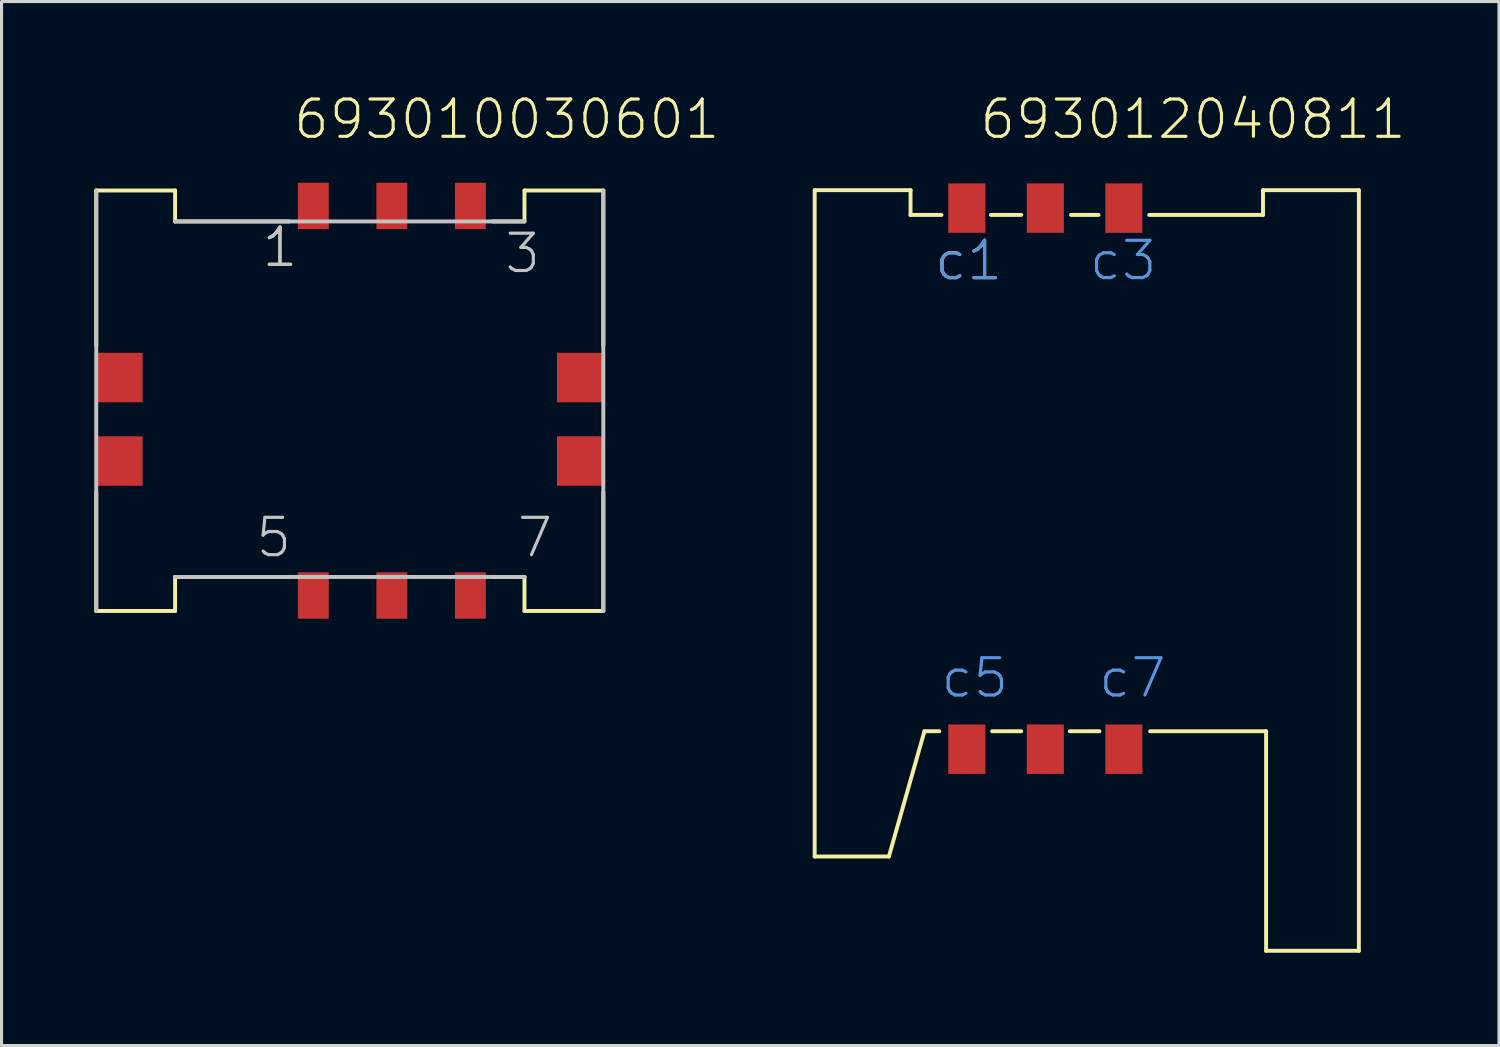
<source format=kicad_pcb>
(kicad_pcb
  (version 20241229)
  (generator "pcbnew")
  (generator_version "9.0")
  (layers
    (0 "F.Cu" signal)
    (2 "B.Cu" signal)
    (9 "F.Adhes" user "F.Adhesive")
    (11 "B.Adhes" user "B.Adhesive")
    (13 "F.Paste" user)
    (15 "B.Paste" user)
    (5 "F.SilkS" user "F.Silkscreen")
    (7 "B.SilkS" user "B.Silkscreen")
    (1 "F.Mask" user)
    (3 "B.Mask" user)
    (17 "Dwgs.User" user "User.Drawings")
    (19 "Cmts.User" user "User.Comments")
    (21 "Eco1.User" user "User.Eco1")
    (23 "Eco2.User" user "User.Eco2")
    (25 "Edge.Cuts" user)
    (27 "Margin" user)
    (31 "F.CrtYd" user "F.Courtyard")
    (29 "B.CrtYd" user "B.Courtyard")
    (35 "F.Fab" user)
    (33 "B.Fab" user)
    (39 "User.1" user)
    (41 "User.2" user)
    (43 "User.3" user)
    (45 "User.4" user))
  (footprint "693010030601"
    (layer "F.Cu")
    (at 7.083 3.611)
    (property "Reference" "693010030601" (at -0.7 -2.1 0) (layer "F.SilkS") (effects (font (size 1.206 1.206) (thickness 0.102)) (justify left bottom)))
    (attr through_hole)
    (fp_line (start -7.02 -0.5) (end -4.47 -0.5) (stroke (width 0.127) (type solid)) (layer "F.SilkS"))
    (fp_line (start -7.02 4.5) (end -7.02 -0.5) (stroke (width 0.127) (type solid)) (layer "F.SilkS"))
    (fp_line (start -7.02 9.26) (end -7.02 13.1) (stroke (width 0.127) (type solid)) (layer "F.SilkS"))
    (fp_line (start -7.02 13.1) (end -4.47 13.1) (stroke (width 0.127) (type solid)) (layer "F.SilkS"))
    (fp_line (start -4.47 -0.5) (end -4.47 0.5) (stroke (width 0.127) (type solid)) (layer "F.SilkS"))
    (fp_line (start -4.47 13.1) (end -4.47 12) (stroke (width 0.127) (type solid)) (layer "F.SilkS"))
    (fp_line (start -0.8 12) (end -4.47 12) (stroke (width 0.127) (type solid)) (layer "F.SilkS"))
    (fp_line (start -0.78 0.5) (end -4.47 0.5) (stroke (width 0.127) (type solid)) (layer "F.SilkS"))
    (fp_line (start 5.8 0.5) (end 6.83 0.5) (stroke (width 0.127) (type solid)) (layer "F.SilkS"))
    (fp_line (start 5.8 12) (end 6.83 12) (stroke (width 0.127) (type solid)) (layer "F.SilkS"))
    (fp_line (start 6.83 0.5) (end 6.83 -0.5) (stroke (width 0.127) (type solid)) (layer "F.SilkS"))
    (fp_line (start 6.83 13.1) (end 6.83 12) (stroke (width 0.127) (type solid)) (layer "F.SilkS"))
    (fp_line (start 9.38 -0.5) (end 6.83 -0.5) (stroke (width 0.127) (type solid)) (layer "F.SilkS"))
    (fp_line (start 9.38 4.51) (end 9.38 -0.5) (stroke (width 0.127) (type solid)) (layer "F.SilkS"))
    (fp_line (start 9.38 9.26) (end 9.38 13.1) (stroke (width 0.127) (type solid)) (layer "F.SilkS"))
    (fp_line (start 9.38 13.1) (end 6.83 13.1) (stroke (width 0.127) (type solid)) (layer "F.SilkS"))
    (fp_line (start -7.02 -0.5) (end -7.02 13.1) (stroke (width 0.127) (type solid)) (layer "Dwgs.User"))
    (fp_line (start -4.47 0.5) (end 6.83 0.5) (stroke (width 0.127) (type solid)) (layer "Dwgs.User"))
    (fp_line (start 6.83 12) (end -4.47 12) (stroke (width 0.127) (type solid)) (layer "Dwgs.User"))
    (fp_line (start 9.38 13.1) (end 9.38 -0.5) (stroke (width 0.127) (type solid)) (layer "Dwgs.User"))
    (fp_text user "1" (at -1.72 2.04 0) (layer "F.SilkS") (effects (font (size 1.206 1.206) (thickness 0.102)) (justify left bottom)))
    (fp_text user "1" (at -1.72 2.04 0) (layer "Dwgs.User") (effects (font (size 1.206 1.206) (thickness 0.102)) (justify left bottom)))
    (fp_text user "7" (at 6.53 11.43 0) (layer "Dwgs.User") (effects (font (size 1.206 1.206) (thickness 0.102)) (justify left bottom)))
    (fp_text user "5" (at -1.92 11.43 0) (layer "Dwgs.User") (effects (font (size 1.206 1.206) (thickness 0.102)) (justify left bottom)))
    (fp_text user "3" (at 6.13 2.24 0) (layer "Dwgs.User") (effects (font (size 1.206 1.206) (thickness 0.102)) (justify left bottom)))
    (pad "1" smd rect (at 0 0) (size 1 1.5) (layers "F.Cu" "F.Mask" "F.Paste"))
    (pad "2" smd rect (at 2.54 0) (size 1 1.5) (layers "F.Cu" "F.Mask" "F.Paste"))
    (pad "3" smd rect (at 5.08 0) (size 1 1.5) (layers "F.Cu" "F.Mask" "F.Paste"))
    (pad "5" smd rect (at 0 12.6) (size 1 1.5) (layers "F.Cu" "F.Mask" "F.Paste"))
    (pad "6" smd rect (at 2.54 12.6) (size 1 1.5) (layers "F.Cu" "F.Mask" "F.Paste"))
    (pad "7" smd rect (at 5.08 12.6) (size 1 1.5) (layers "F.Cu" "F.Mask" "F.Paste"))
    (pad "Z1" smd rect (at -6.27 5.55) (size 1.5 1.6) (layers "F.Cu" "F.Mask" "F.Paste"))
    (pad "Z2" smd rect (at -6.27 8.25) (size 1.5 1.6) (layers "F.Cu" "F.Mask" "F.Paste"))
    (pad "Z3" smd rect (at 8.63 5.55) (size 1.5 1.6) (layers "F.Cu" "F.Mask" "F.Paste"))
    (pad "Z4" smd rect (at 8.63 8.25) (size 1.5 1.6) (layers "F.Cu" "F.Mask" "F.Paste")))
  (footprint "693012040811"
    (layer "F.Cu")
    (at 28.219 21.181)
    (property "Reference" "693012040811" (at 0.36 -19.67 0) (layer "F.SilkS") (effects (font (size 1.206 1.206) (thickness 0.102)) (justify left bottom)))
    (attr through_hole)
    (fp_line (start -4.92 -18.08) (end -4.92 3.47) (stroke (width 0.127) (type solid)) (layer "F.SilkS"))
    (fp_line (start -4.92 3.47) (end -2.52 3.47) (stroke (width 0.127) (type solid)) (layer "F.SilkS"))
    (fp_line (start -2.52 3.47) (end -1.37 -0.58) (stroke (width 0.127) (type solid)) (layer "F.SilkS"))
    (fp_line (start -1.82 -18.08) (end -4.92 -18.08) (stroke (width 0.127) (type solid)) (layer "F.SilkS"))
    (fp_line (start -1.82 -17.28) (end -1.82 -18.08) (stroke (width 0.127) (type solid)) (layer "F.SilkS"))
    (fp_line (start -1.37 -0.58) (end -0.89 -0.58) (stroke (width 0.127) (type solid)) (layer "F.SilkS"))
    (fp_line (start -0.82 -17.28) (end -1.82 -17.28) (stroke (width 0.127) (type solid)) (layer "F.SilkS"))
    (fp_line (start 0.78 -17.28) (end 1.76 -17.28) (stroke (width 0.127) (type solid)) (layer "F.SilkS"))
    (fp_line (start 1.76 -0.58) (end 0.82 -0.58) (stroke (width 0.127) (type solid)) (layer "F.SilkS"))
    (fp_line (start 3.37 -17.28) (end 4.26 -17.28) (stroke (width 0.127) (type solid)) (layer "F.SilkS"))
    (fp_line (start 4.29 -0.58) (end 3.33 -0.58) (stroke (width 0.127) (type solid)) (layer "F.SilkS"))
    (fp_line (start 5.9 -17.28) (end 9.58 -17.28) (stroke (width 0.127) (type solid)) (layer "F.SilkS"))
    (fp_line (start 9.58 -18.08) (end 12.68 -18.08) (stroke (width 0.127) (type solid)) (layer "F.SilkS"))
    (fp_line (start 9.58 -17.28) (end 9.58 -18.08) (stroke (width 0.127) (type solid)) (layer "F.SilkS"))
    (fp_line (start 9.68 -0.58) (end 5.93 -0.58) (stroke (width 0.127) (type solid)) (layer "F.SilkS"))
    (fp_line (start 9.68 6.52) (end 9.68 -0.58) (stroke (width 0.127) (type solid)) (layer "F.SilkS"))
    (fp_line (start 12.68 -18.08) (end 12.68 6.52) (stroke (width 0.127) (type solid)) (layer "F.SilkS"))
    (fp_line (start 12.68 6.52) (end 9.68 6.52) (stroke (width 0.127) (type solid)) (layer "F.SilkS"))
    (fp_text user "c1" (at -1.1 -15.1 0) (layer "F.SilkS") (effects (font (size 1.206 1.206) (thickness 0.102)) (justify left bottom)))
    (fp_text user "c1" (at -1.1 -15.1 0) (layer "Cmts.User") (effects (font (size 1.206 1.206) (thickness 0.102)) (justify left bottom)))
    (fp_text user "c7" (at 4.2 -1.6 0) (layer "Cmts.User") (effects (font (size 1.206 1.206) (thickness 0.102)) (justify left bottom)))
    (fp_text user "c3" (at 3.9 -15.1 0) (layer "Cmts.User") (effects (font (size 1.206 1.206) (thickness 0.102)) (justify left bottom)))
    (fp_text user "c5" (at -0.9 -1.6 0) (layer "Cmts.User") (effects (font (size 1.206 1.206) (thickness 0.102)) (justify left bottom)))
    (pad "C1" smd rect (at 0 -17.5) (size 1.2 1.6) (layers "F.Cu" "F.Mask" "F.Paste"))
    (pad "C2" smd rect (at 2.54 -17.5) (size 1.2 1.6) (layers "F.Cu" "F.Mask" "F.Paste"))
    (pad "C3" smd rect (at 5.08 -17.5) (size 1.2 1.6) (layers "F.Cu" "F.Mask" "F.Paste"))
    (pad "C5" smd rect (at 0 0) (size 1.2 1.6) (layers "F.Cu" "F.Mask" "F.Paste"))
    (pad "C6" smd rect (at 2.54 0) (size 1.2 1.6) (layers "F.Cu" "F.Mask" "F.Paste"))
    (pad "C7" smd rect (at 5.08 0) (size 1.2 1.6) (layers "F.Cu" "F.Mask" "F.Paste")))
  (gr_rect
    (start -3 -3)
    (end 45.431 30.765)
    (stroke (width 0.1) (type default))
    (fill no)
    (layer "Edge.Cuts")))
</source>
